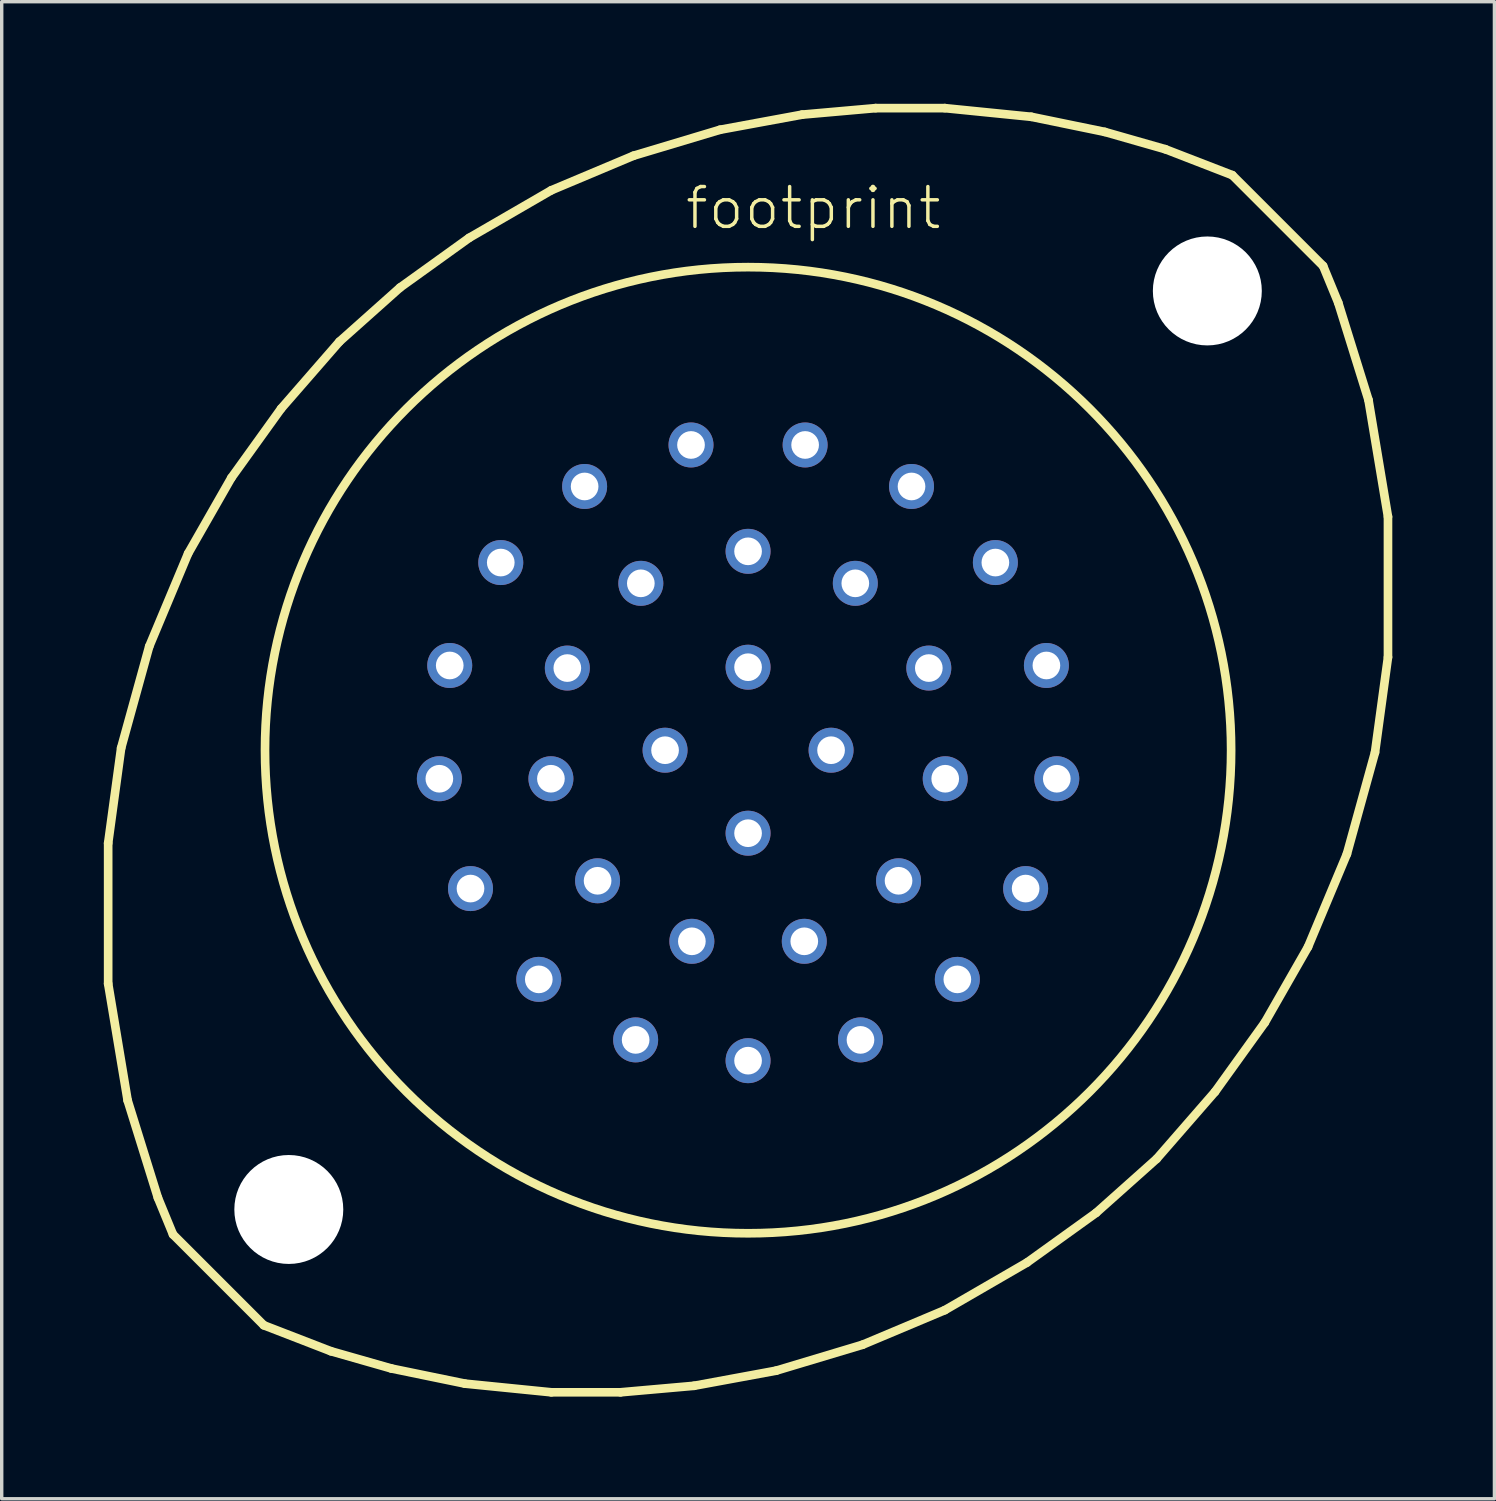
<source format=kicad_pcb>
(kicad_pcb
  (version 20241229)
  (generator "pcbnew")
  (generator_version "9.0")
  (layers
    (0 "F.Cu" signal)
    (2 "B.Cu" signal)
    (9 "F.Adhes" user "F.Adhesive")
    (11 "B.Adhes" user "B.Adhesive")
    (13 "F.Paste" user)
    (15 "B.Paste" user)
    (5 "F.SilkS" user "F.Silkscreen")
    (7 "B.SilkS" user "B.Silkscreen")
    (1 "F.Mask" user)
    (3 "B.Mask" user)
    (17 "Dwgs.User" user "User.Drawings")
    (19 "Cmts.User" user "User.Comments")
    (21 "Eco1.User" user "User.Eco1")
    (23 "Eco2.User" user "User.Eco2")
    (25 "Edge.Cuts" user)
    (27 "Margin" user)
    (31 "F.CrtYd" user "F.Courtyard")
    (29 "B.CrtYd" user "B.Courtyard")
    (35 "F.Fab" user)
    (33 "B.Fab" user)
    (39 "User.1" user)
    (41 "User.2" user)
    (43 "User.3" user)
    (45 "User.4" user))
  (footprint "footprint"
    (layer "F.Cu")
    (at 18.923 18.986)
    (property "Reference" "footprint" (at -1.905 -15.24 0) (layer "F.SilkS") (effects (font (size 1.168 1.168) (thickness 0.102)) (justify left bottom)))
    (fp_line (start -18.796 2.731) (end -18.415 -0.064) (stroke (width 0.254) (type solid)) (layer "F.SilkS"))
    (fp_line (start -18.796 6.858) (end -18.796 2.731) (stroke (width 0.254) (type solid)) (layer "F.SilkS"))
    (fp_line (start -18.415 -0.064) (end -17.59 -3.048) (stroke (width 0.254) (type solid)) (layer "F.SilkS"))
    (fp_line (start -18.224 10.287) (end -18.796 6.858) (stroke (width 0.254) (type solid)) (layer "F.SilkS"))
    (fp_line (start -17.59 -3.048) (end -16.447 -5.779) (stroke (width 0.254) (type solid)) (layer "F.SilkS"))
    (fp_line (start -17.335 13.145) (end -18.224 10.287) (stroke (width 0.254) (type solid)) (layer "F.SilkS"))
    (fp_line (start -16.891 14.224) (end -17.335 13.145) (stroke (width 0.254) (type solid)) (layer "F.SilkS"))
    (fp_line (start -16.891 14.224) (end -14.224 16.891) (stroke (width 0.254) (type solid)) (layer "F.SilkS"))
    (fp_line (start -16.447 -5.779) (end -15.177 -8.001) (stroke (width 0.254) (type solid)) (layer "F.SilkS"))
    (fp_line (start -15.177 -8.001) (end -13.716 -10.033) (stroke (width 0.254) (type solid)) (layer "F.SilkS"))
    (fp_line (start -13.716 -10.033) (end -12.002 -12.002) (stroke (width 0.254) (type solid)) (layer "F.SilkS"))
    (fp_line (start -12.255 17.653) (end -14.224 16.891) (stroke (width 0.254) (type solid)) (layer "F.SilkS"))
    (fp_line (start -12.002 -12.002) (end -10.223 -13.589) (stroke (width 0.254) (type solid)) (layer "F.SilkS"))
    (fp_line (start -10.477 18.161) (end -12.255 17.653) (stroke (width 0.254) (type solid)) (layer "F.SilkS"))
    (fp_line (start -10.223 -13.589) (end -8.191 -15.05) (stroke (width 0.254) (type solid)) (layer "F.SilkS"))
    (fp_line (start -8.319 18.605) (end -10.477 18.161) (stroke (width 0.254) (type solid)) (layer "F.SilkS"))
    (fp_line (start -8.191 -15.05) (end -5.779 -16.447) (stroke (width 0.254) (type solid)) (layer "F.SilkS"))
    (fp_line (start -5.779 -16.447) (end -3.365 -17.462) (stroke (width 0.254) (type solid)) (layer "F.SilkS"))
    (fp_line (start -5.779 18.86) (end -8.319 18.605) (stroke (width 0.254) (type solid)) (layer "F.SilkS"))
    (fp_line (start -3.747 18.86) (end -5.779 18.86) (stroke (width 0.254) (type solid)) (layer "F.SilkS"))
    (fp_line (start -3.365 -17.462) (end -0.826 -18.224) (stroke (width 0.254) (type solid)) (layer "F.SilkS"))
    (fp_line (start -1.587 18.669) (end -3.747 18.86) (stroke (width 0.254) (type solid)) (layer "F.SilkS"))
    (fp_line (start -0.826 -18.224) (end 1.587 -18.669) (stroke (width 0.254) (type solid)) (layer "F.SilkS"))
    (fp_line (start 0.826 18.224) (end -1.587 18.669) (stroke (width 0.254) (type solid)) (layer "F.SilkS"))
    (fp_line (start 1.587 -18.669) (end 3.747 -18.86) (stroke (width 0.254) (type solid)) (layer "F.SilkS"))
    (fp_line (start 3.365 17.462) (end 0.826 18.224) (stroke (width 0.254) (type solid)) (layer "F.SilkS"))
    (fp_line (start 3.747 -18.86) (end 5.779 -18.86) (stroke (width 0.254) (type solid)) (layer "F.SilkS"))
    (fp_line (start 5.779 -18.86) (end 8.319 -18.605) (stroke (width 0.254) (type solid)) (layer "F.SilkS"))
    (fp_line (start 5.779 16.447) (end 3.365 17.462) (stroke (width 0.254) (type solid)) (layer "F.SilkS"))
    (fp_line (start 8.191 15.05) (end 5.779 16.447) (stroke (width 0.254) (type solid)) (layer "F.SilkS"))
    (fp_line (start 8.319 -18.605) (end 10.477 -18.161) (stroke (width 0.254) (type solid)) (layer "F.SilkS"))
    (fp_line (start 10.223 13.589) (end 8.191 15.05) (stroke (width 0.254) (type solid)) (layer "F.SilkS"))
    (fp_line (start 10.477 -18.161) (end 12.255 -17.653) (stroke (width 0.254) (type solid)) (layer "F.SilkS"))
    (fp_line (start 12.002 12.002) (end 10.223 13.589) (stroke (width 0.254) (type solid)) (layer "F.SilkS"))
    (fp_line (start 12.255 -17.653) (end 14.224 -16.891) (stroke (width 0.254) (type solid)) (layer "F.SilkS"))
    (fp_line (start 13.716 10.033) (end 12.002 12.002) (stroke (width 0.254) (type solid)) (layer "F.SilkS"))
    (fp_line (start 14.224 -16.891) (end 16.891 -14.224) (stroke (width 0.254) (type solid)) (layer "F.SilkS"))
    (fp_line (start 15.177 8.001) (end 13.716 10.033) (stroke (width 0.254) (type solid)) (layer "F.SilkS"))
    (fp_line (start 16.447 5.779) (end 15.177 8.001) (stroke (width 0.254) (type solid)) (layer "F.SilkS"))
    (fp_line (start 16.891 -14.224) (end 17.335 -13.145) (stroke (width 0.254) (type solid)) (layer "F.SilkS"))
    (fp_line (start 17.335 -13.145) (end 18.224 -10.287) (stroke (width 0.254) (type solid)) (layer "F.SilkS"))
    (fp_line (start 17.59 3.048) (end 16.447 5.779) (stroke (width 0.254) (type solid)) (layer "F.SilkS"))
    (fp_line (start 18.224 -10.287) (end 18.796 -6.858) (stroke (width 0.254) (type solid)) (layer "F.SilkS"))
    (fp_line (start 18.415 0.064) (end 17.59 3.048) (stroke (width 0.254) (type solid)) (layer "F.SilkS"))
    (fp_line (start 18.796 -6.858) (end 18.796 -2.731) (stroke (width 0.254) (type solid)) (layer "F.SilkS"))
    (fp_line (start 18.796 -2.731) (end 18.415 0.064) (stroke (width 0.254) (type solid)) (layer "F.SilkS"))
    (fp_circle (center 0 0) (end 14.189 0) (stroke (width 0.254) (type solid)) (fill no) (layer "F.SilkS"))
    (pad "" np_thru_hole circle (at -13.49 13.49) (size 3.2 3.2) (drill 3.2) (layers "*.Cu" "*.Mask"))
    (pad "" np_thru_hole circle (at 13.49 -13.49) (size 3.2 3.2) (drill 3.2) (layers "*.Cu" "*.Mask"))
    (pad "A" thru_hole circle (at 1.676 -8.966) (size 1.321 1.321) (drill 0.813) (layers "*.Cu" "*.Mask"))
    (pad "A'" thru_hole circle (at -1.651 5.613) (size 1.321 1.321) (drill 0.813) (layers "*.Cu" "*.Mask"))
    (pad "B" thru_hole circle (at 4.801 -7.747) (size 1.321 1.321) (drill 0.813) (layers "*.Cu" "*.Mask"))
    (pad "B'" thru_hole circle (at -4.42 3.835) (size 1.321 1.321) (drill 0.813) (layers "*.Cu" "*.Mask"))
    (pad "C" thru_hole circle (at 7.264 -5.512) (size 1.321 1.321) (drill 0.813) (layers "*.Cu" "*.Mask"))
    (pad "C'" thru_hole circle (at -5.791 0.838) (size 1.321 1.321) (drill 0.813) (layers "*.Cu" "*.Mask"))
    (pad "D" thru_hole circle (at 8.763 -2.489) (size 1.321 1.321) (drill 0.813) (layers "*.Cu" "*.Mask"))
    (pad "D'" thru_hole circle (at -5.309 -2.413) (size 1.321 1.321) (drill 0.813) (layers "*.Cu" "*.Mask"))
    (pad "E" thru_hole circle (at 9.068 0.838) (size 1.321 1.321) (drill 0.813) (layers "*.Cu" "*.Mask"))
    (pad "E'" thru_hole circle (at -3.15 -4.902) (size 1.321 1.321) (drill 0.813) (layers "*.Cu" "*.Mask"))
    (pad "F" thru_hole circle (at 8.153 4.064) (size 1.321 1.321) (drill 0.813) (layers "*.Cu" "*.Mask"))
    (pad "F'" thru_hole circle (at 0 -2.438) (size 1.321 1.321) (drill 0.813) (layers "*.Cu" "*.Mask"))
    (pad "G" thru_hole circle (at 6.147 6.731) (size 1.321 1.321) (drill 0.813) (layers "*.Cu" "*.Mask"))
    (pad "G'" thru_hole circle (at 2.438 0) (size 1.321 1.321) (drill 0.813) (layers "*.Cu" "*.Mask"))
    (pad "H" thru_hole circle (at 3.302 8.509) (size 1.321 1.321) (drill 0.813) (layers "*.Cu" "*.Mask"))
    (pad "H'" thru_hole circle (at 0 2.438) (size 1.321 1.321) (drill 0.813) (layers "*.Cu" "*.Mask"))
    (pad "J" thru_hole circle (at 0 9.119) (size 1.321 1.321) (drill 0.813) (layers "*.Cu" "*.Mask"))
    (pad "J'" thru_hole circle (at -2.438 0) (size 1.321 1.321) (drill 0.813) (layers "*.Cu" "*.Mask"))
    (pad "K" thru_hole circle (at -3.302 8.509) (size 1.321 1.321) (drill 0.813) (layers "*.Cu" "*.Mask"))
    (pad "L" thru_hole circle (at -6.147 6.731) (size 1.321 1.321) (drill 0.813) (layers "*.Cu" "*.Mask"))
    (pad "M" thru_hole circle (at -8.153 4.064) (size 1.321 1.321) (drill 0.813) (layers "*.Cu" "*.Mask"))
    (pad "N" thru_hole circle (at -9.068 0.838) (size 1.321 1.321) (drill 0.813) (layers "*.Cu" "*.Mask"))
    (pad "P" thru_hole circle (at -8.763 -2.489) (size 1.321 1.321) (drill 0.813) (layers "*.Cu" "*.Mask"))
    (pad "R" thru_hole circle (at -7.264 -5.512) (size 1.321 1.321) (drill 0.813) (layers "*.Cu" "*.Mask"))
    (pad "S" thru_hole circle (at -4.801 -7.747) (size 1.321 1.321) (drill 0.813) (layers "*.Cu" "*.Mask"))
    (pad "T" thru_hole circle (at -1.676 -8.966) (size 1.321 1.321) (drill 0.813) (layers "*.Cu" "*.Mask"))
    (pad "U" thru_hole circle (at 0 -5.842) (size 1.321 1.321) (drill 0.813) (layers "*.Cu" "*.Mask"))
    (pad "V" thru_hole circle (at 3.15 -4.902) (size 1.321 1.321) (drill 0.813) (layers "*.Cu" "*.Mask"))
    (pad "W" thru_hole circle (at 5.309 -2.413) (size 1.321 1.321) (drill 0.813) (layers "*.Cu" "*.Mask"))
    (pad "X" thru_hole circle (at 5.791 0.838) (size 1.321 1.321) (drill 0.813) (layers "*.Cu" "*.Mask"))
    (pad "Y" thru_hole circle (at 4.42 3.835) (size 1.321 1.321) (drill 0.813) (layers "*.Cu" "*.Mask"))
    (pad "Z" thru_hole circle (at 1.651 5.613) (size 1.321 1.321) (drill 0.813) (layers "*.Cu" "*.Mask")))
  (gr_rect
    (start -3 -3)
    (end 40.846 40.973)
    (stroke (width 0.1) (type default))
    (fill no)
    (layer "Edge.Cuts")))
</source>
